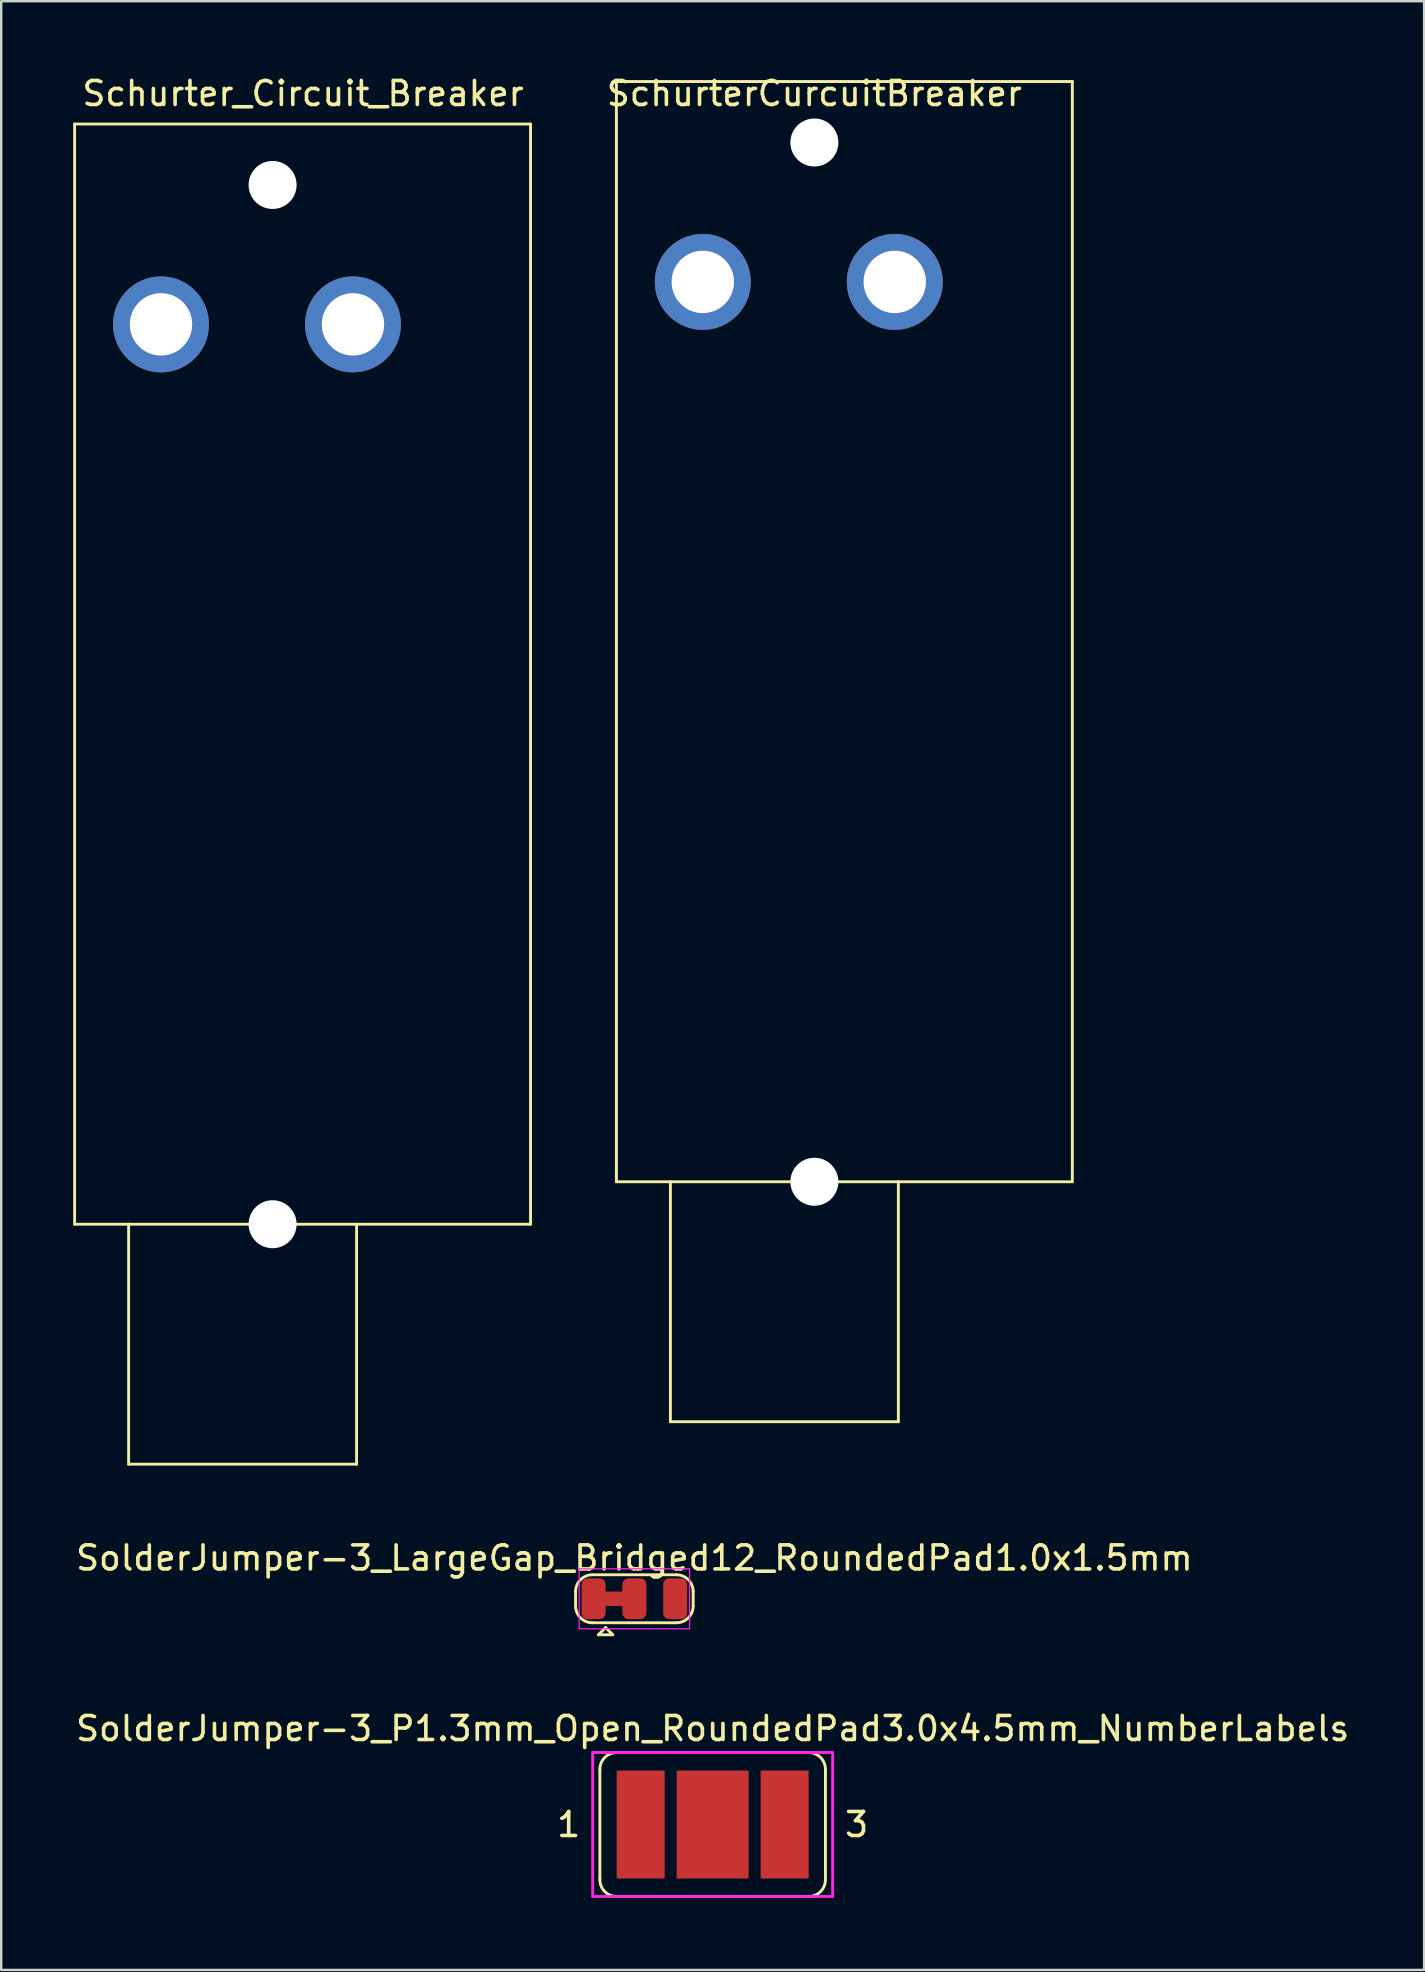
<source format=kicad_pcb>
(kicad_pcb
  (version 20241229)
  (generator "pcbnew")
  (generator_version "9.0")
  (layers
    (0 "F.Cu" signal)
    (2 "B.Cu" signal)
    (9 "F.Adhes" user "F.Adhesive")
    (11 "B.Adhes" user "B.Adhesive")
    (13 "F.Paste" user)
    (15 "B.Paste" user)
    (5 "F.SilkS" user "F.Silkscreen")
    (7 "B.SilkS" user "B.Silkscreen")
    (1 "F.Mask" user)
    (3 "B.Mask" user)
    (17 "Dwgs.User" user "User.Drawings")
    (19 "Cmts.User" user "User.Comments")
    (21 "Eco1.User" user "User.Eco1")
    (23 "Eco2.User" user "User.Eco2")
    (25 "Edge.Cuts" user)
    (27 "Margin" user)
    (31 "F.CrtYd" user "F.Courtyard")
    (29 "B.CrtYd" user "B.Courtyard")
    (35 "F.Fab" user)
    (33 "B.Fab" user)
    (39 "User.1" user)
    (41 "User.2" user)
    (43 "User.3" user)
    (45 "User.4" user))
  (footprint "SolderJumper-3_LargeGap_Bridged12_RoundedPad1.0x1.5mm"
    (layer "F.Cu")
    (at 23.387 63.577)
    (property "Reference" "SolderJumper-3_LargeGap_Bridged12_RoundedPad1.0x1.5mm" (at 0 -1.7 180) (layer "F.SilkS") (effects (font (size 1 1) (thickness 0.15))))
    (attr exclude_from_pos_files exclude_from_bom)
    (fp_poly (pts (xy -1.3 -0.3) (xy -0.4 -0.3) (xy -0.4 0.3) (xy -1.3 0.3)) (stroke (width 0) (type solid)) (fill yes) (layer "F.Cu"))
    (fp_line (start -2.45 0.3) (end -2.45 -0.3) (stroke (width 0.12) (type solid)) (layer "F.SilkS"))
    (fp_line (start -1.7 -1) (end 1.75 -1) (stroke (width 0.12) (type solid)) (layer "F.SilkS"))
    (fp_line (start -1.5 1.5) (end -0.9 1.5) (stroke (width 0.12) (type solid)) (layer "F.SilkS"))
    (fp_line (start -1.2 1.2) (end -1.5 1.5) (stroke (width 0.12) (type solid)) (layer "F.SilkS"))
    (fp_line (start -1.2 1.2) (end -0.9 1.5) (stroke (width 0.12) (type solid)) (layer "F.SilkS"))
    (fp_line (start 1.75 1) (end -1.75 1) (stroke (width 0.12) (type solid)) (layer "F.SilkS"))
    (fp_line (start 2.45 -0.3) (end 2.45 0.3) (stroke (width 0.12) (type solid)) (layer "F.SilkS"))
    (fp_arc (start -2.45 -0.3) (mid -2.244975 -0.794975) (end -1.75 -1) (stroke (width 0.12) (type solid)) (layer "F.SilkS"))
    (fp_arc (start -1.75 1) (mid -2.244975 0.794975) (end -2.45 0.3) (stroke (width 0.12) (type solid)) (layer "F.SilkS"))
    (fp_arc (start 1.75 -1) (mid 2.244975 -0.794975) (end 2.45 -0.3) (stroke (width 0.12) (type solid)) (layer "F.SilkS"))
    (fp_arc (start 2.45 0.3) (mid 2.244975 0.794975) (end 1.75 1) (stroke (width 0.12) (type solid)) (layer "F.SilkS"))
    (fp_line (start -2.3 -1.25) (end -2.3 1.25) (stroke (width 0.05) (type solid)) (layer "F.CrtYd"))
    (fp_line (start -2.3 -1.25) (end 2.3 -1.25) (stroke (width 0.05) (type solid)) (layer "F.CrtYd"))
    (fp_line (start 2.3 1.25) (end -2.3 1.25) (stroke (width 0.05) (type solid)) (layer "F.CrtYd"))
    (fp_line (start 2.3 1.25) (end 2.3 -1.25) (stroke (width 0.05) (type solid)) (layer "F.CrtYd"))
    (pad "1" smd roundrect (at -1.7 0) (size 1 1.7) (layers "F.Cu" "F.Mask") (roundrect_rratio 0.25))
    (pad "2" smd roundrect (at 0 0) (size 1 1.7) (layers "F.Cu" "F.Mask") (roundrect_rratio 0.25))
    (pad "3" smd roundrect (at 1.7 0) (size 1 1.7) (layers "F.Cu" "F.Mask") (roundrect_rratio 0.25)))
  (footprint "SolderJumper-3_P1.3mm_Open_RoundedPad3.0x4.5mm_NumberLabels"
    (layer "F.Cu")
    (at 26.649 72.985)
    (property "Reference" "SolderJumper-3_P1.3mm_Open_RoundedPad3.0x4.5mm_NumberLabels" (at 0 -4 180) (layer "F.SilkS") (effects (font (size 1 1) (thickness 0.15))))
    (attr exclude_from_pos_files exclude_from_bom)
    (fp_line (start -4.7 2.3) (end -4.7 -2.3) (stroke (width 0.12) (type solid)) (layer "F.SilkS"))
    (fp_line (start -4 -3) (end 4 -3) (stroke (width 0.12) (type solid)) (layer "F.SilkS"))
    (fp_line (start 4 3) (end -4 3) (stroke (width 0.12) (type solid)) (layer "F.SilkS"))
    (fp_line (start 4.7 -2.3) (end 4.7 2.3) (stroke (width 0.12) (type solid)) (layer "F.SilkS"))
    (fp_arc (start -4.7 -2.3) (mid -4.494975 -2.794975) (end -4 -3) (stroke (width 0.12) (type solid)) (layer "F.SilkS"))
    (fp_arc (start -4 3) (mid -4.494975 2.794975) (end -4.7 2.3) (stroke (width 0.12) (type solid)) (layer "F.SilkS"))
    (fp_arc (start 4 -3) (mid 4.494975 -2.794975) (end 4.7 -2.3) (stroke (width 0.12) (type solid)) (layer "F.SilkS"))
    (fp_arc (start 4.7 2.3) (mid 4.494975 2.794975) (end 4 3) (stroke (width 0.12) (type solid)) (layer "F.SilkS"))
    (fp_line (start -5 -3) (end 5 -3) (stroke (width 0.12) (type solid)) (layer "F.CrtYd"))
    (fp_line (start -5 3) (end -5 -3) (stroke (width 0.12) (type solid)) (layer "F.CrtYd"))
    (fp_line (start 5 -3) (end 5 3) (stroke (width 0.12) (type solid)) (layer "F.CrtYd"))
    (fp_line (start 5 3) (end -5 3) (stroke (width 0.12) (type solid)) (layer "F.CrtYd"))
    (fp_text user "3" (at 6 0 180) (layer "F.SilkS") (effects (font (size 1 1) (thickness 0.15))))
    (fp_text user "1" (at -6 0 180) (layer "F.SilkS") (effects (font (size 1 1) (thickness 0.15))))
    (pad "1" smd custom (at -3 0) (size 2 4.5) (layers "F.Cu" "F.Mask") (options (anchor rect)) (primitives (gr_circle (center 0 0.25) (end 0.5 0.25) (width 0) (fill yes)) (gr_circle (center 0 -0.25) (end 0.5 -0.25) (width 0) (fill yes)) (gr_poly (pts (xy 0.55 -0.75) (xy 0 -0.75) (xy 0 0.75) (xy 0.55 0.75)) (width 0) (fill yes))))
    (pad "2" smd rect (at 0 0) (size 3 4.5) (layers "F.Cu" "F.Mask"))
    (pad "3" smd custom (at 3 0) (size 2 4.5) (layers "F.Cu" "F.Mask") (options (anchor rect)) (primitives (gr_circle (center 0 0.25) (end 0.5 0.25) (width 0) (fill yes)) (gr_circle (center 0 -0.25) (end 0.5 -0.25) (width 0) (fill yes)) (gr_poly (pts (xy -0.55 -0.75) (xy 0 -0.75) (xy 0 0.75) (xy -0.55 0.75)) (width 0) (fill yes)))))
  (footprint "SchurterCurcuitBreaker"
    (layer "F.Cu")
    (at 30.888 0.348)
    (property "Reference" "SchurterCurcuitBreaker" (at 0 0.5 0) (layer "F.SilkS") (effects (font (size 1 1) (thickness 0.15))))
    (attr through_hole)
    (fp_line (start -8.25 0) (end -8.25 45.85) (stroke (width 0.12) (type solid)) (layer "F.SilkS"))
    (fp_line (start -8.25 45.85) (end 10.75 45.85) (stroke (width 0.12) (type solid)) (layer "F.SilkS"))
    (fp_line (start -6 45.85) (end -6 55.85) (stroke (width 0.12) (type solid)) (layer "F.SilkS"))
    (fp_line (start -6 55.85) (end 3.5 55.85) (stroke (width 0.12) (type solid)) (layer "F.SilkS"))
    (fp_line (start 3.5 55.85) (end 3.5 45.85) (stroke (width 0.12) (type solid)) (layer "F.SilkS"))
    (fp_line (start 10.75 0) (end -8.25 0) (stroke (width 0.12) (type solid)) (layer "F.SilkS"))
    (fp_line (start 10.75 0) (end 10.75 45.85) (stroke (width 0.12) (type solid)) (layer "F.SilkS"))
    (pad "" np_thru_hole circle (at 0 2.54) (size 2 2) (drill 2) (layers "*.Cu" "*.Mask"))
    (pad "" np_thru_hole circle (at 0 45.85) (size 2 2) (drill 2) (layers "*.Cu" "*.Mask"))
    (pad "P1" thru_hole circle (at -4.65 8.35) (size 4 4) (drill 2.6) (layers "*.Cu" "*.Mask"))
    (pad "P2" thru_hole circle (at 3.35 8.35) (size 4 4) (drill 2.6) (layers "*.Cu" "*.Mask")))
  (footprint "Schurter_Circuit_Breaker"
    (layer "F.Cu")
    (at 8.31 2.118)
    (property "Reference" "Schurter_Circuit_Breaker" (at 1.27 -1.27 0) (layer "F.SilkS") (effects (font (size 1 1) (thickness 0.15))))
    (attr through_hole)
    (fp_line (start -8.25 0) (end -8.25 45.85) (stroke (width 0.12) (type solid)) (layer "F.SilkS"))
    (fp_line (start -8.25 45.85) (end 10.75 45.85) (stroke (width 0.12) (type solid)) (layer "F.SilkS"))
    (fp_line (start -6 45.85) (end -6 55.85) (stroke (width 0.12) (type solid)) (layer "F.SilkS"))
    (fp_line (start -6 55.85) (end 3.5 55.85) (stroke (width 0.12) (type solid)) (layer "F.SilkS"))
    (fp_line (start 3.5 55.85) (end 3.5 45.85) (stroke (width 0.12) (type solid)) (layer "F.SilkS"))
    (fp_line (start 10.75 0) (end -8.25 0) (stroke (width 0.12) (type solid)) (layer "F.SilkS"))
    (fp_line (start 10.75 0) (end 10.75 45.85) (stroke (width 0.12) (type solid)) (layer "F.SilkS"))
    (pad "" np_thru_hole circle (at 0 2.54) (size 2 2) (drill 2) (layers "*.Cu" "*.Mask"))
    (pad "" np_thru_hole circle (at 0 45.85) (size 2 2) (drill 2) (layers "*.Cu" "*.Mask"))
    (pad "P1" thru_hole circle (at -4.65 8.35) (size 4 4) (drill 2.6) (layers "*.Cu" "*.Mask"))
    (pad "P2" thru_hole circle (at 3.35 8.35) (size 4 4) (drill 2.6) (layers "*.Cu" "*.Mask")))
  (gr_rect
    (start -3 -3)
    (end 56.298 79.045)
    (stroke (width 0.1) (type default))
    (fill no)
    (layer "Edge.Cuts")))
</source>
